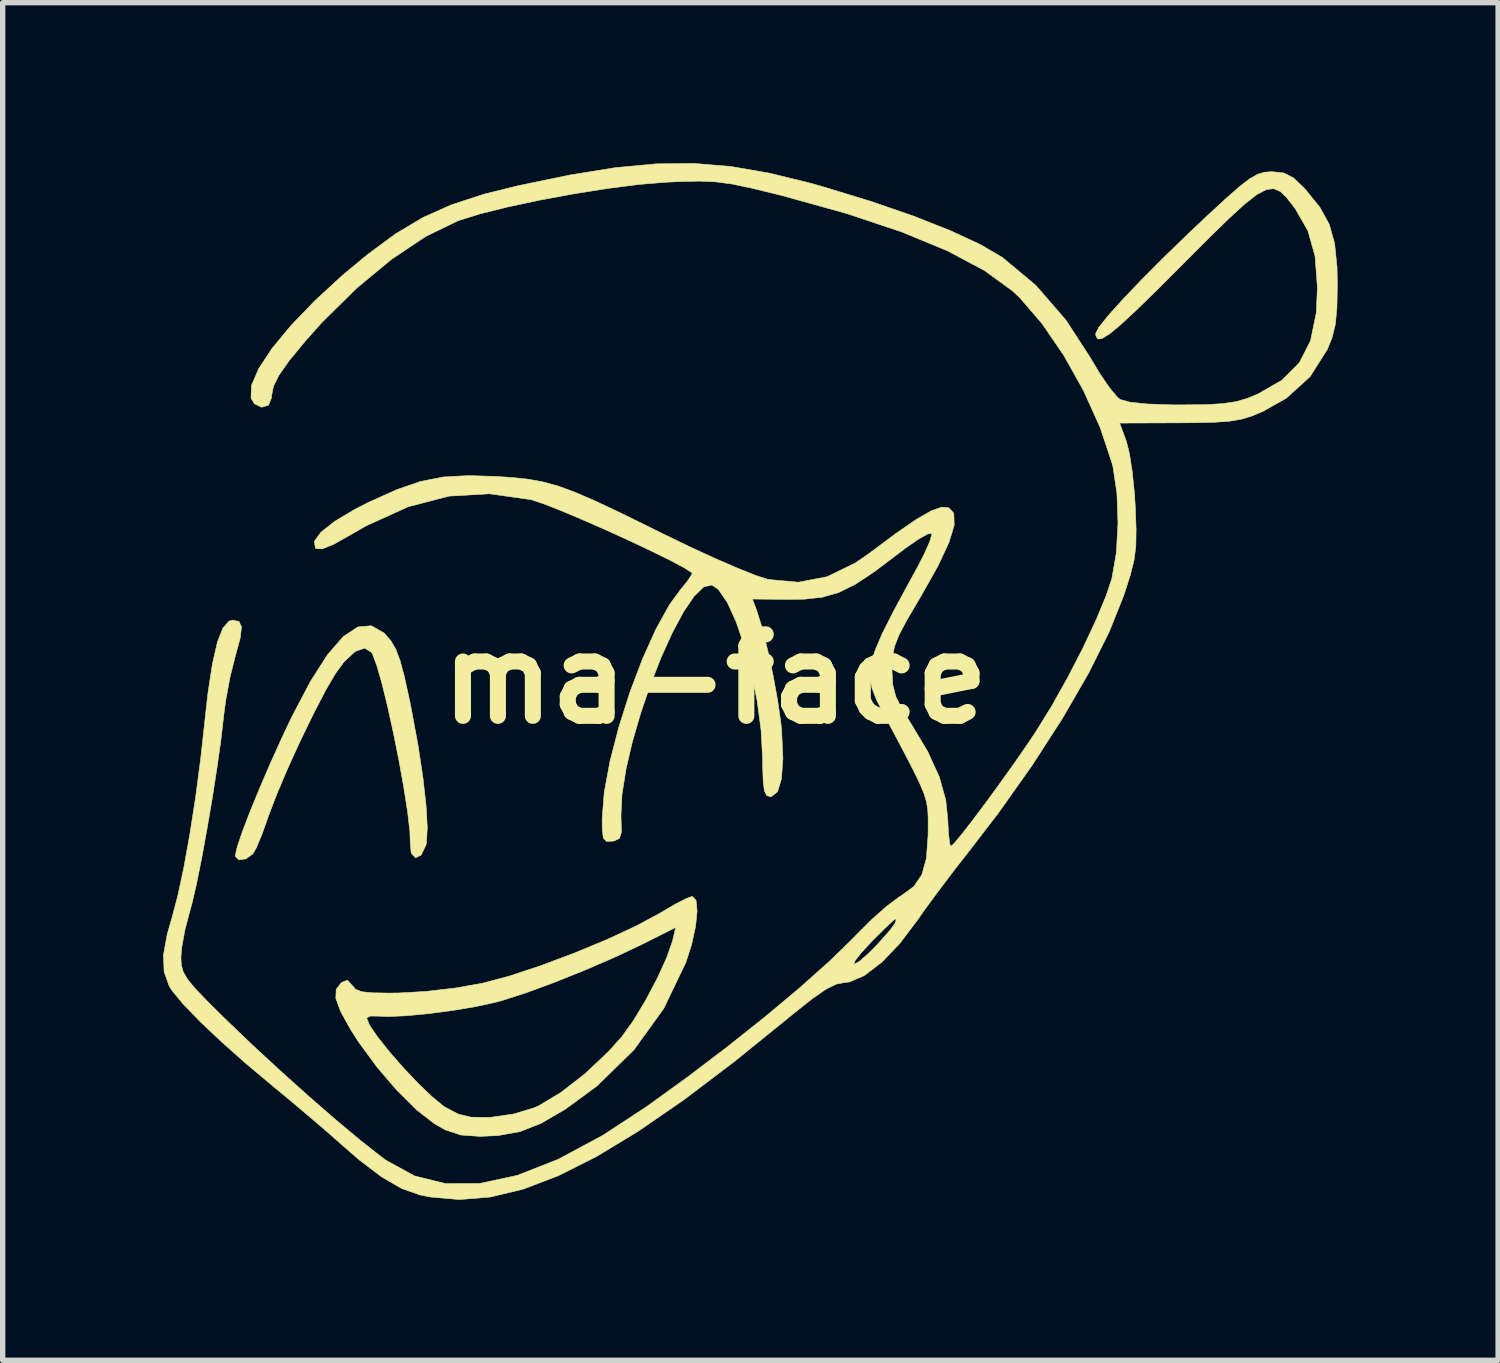
<source format=kicad_pcb>
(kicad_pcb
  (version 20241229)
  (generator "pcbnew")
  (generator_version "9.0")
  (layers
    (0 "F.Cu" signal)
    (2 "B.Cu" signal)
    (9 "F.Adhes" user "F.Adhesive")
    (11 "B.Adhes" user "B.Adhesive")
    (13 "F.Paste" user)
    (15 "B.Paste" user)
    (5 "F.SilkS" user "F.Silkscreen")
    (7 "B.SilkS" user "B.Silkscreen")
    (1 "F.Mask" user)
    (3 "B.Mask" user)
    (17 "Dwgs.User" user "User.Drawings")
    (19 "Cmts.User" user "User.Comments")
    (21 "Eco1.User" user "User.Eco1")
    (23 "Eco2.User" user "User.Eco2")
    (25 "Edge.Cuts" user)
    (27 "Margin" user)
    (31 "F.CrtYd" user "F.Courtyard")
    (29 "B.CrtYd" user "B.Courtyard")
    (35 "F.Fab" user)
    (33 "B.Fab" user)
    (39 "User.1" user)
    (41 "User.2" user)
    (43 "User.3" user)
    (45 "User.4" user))
  (footprint "ma-face"
    (layer "F.Cu")
    (at 10.322 9.643)
    (property "Reference" "ma-face" (at 0 0 0) (layer "F.SilkS") (effects (font (size 1.524 1.524) (thickness 0.3))))
    (attr through_hole)
    (fp_poly (pts (xy -6.197 -0.863) (xy -6.177 -0.843) (xy -6.065 -0.714) (xy -5.974 -0.559) (xy -5.893 -0.345) (xy -5.812 -0.042) (xy -5.719 0.383) (xy -5.675 0.603) (xy -5.555 1.252) (xy -5.465 1.849) (xy -5.407 2.366) (xy -5.384 2.778) (xy -5.399 3.058) (xy -5.408 3.102) (xy -5.5 3.293) (xy -5.606 3.344) (xy -5.685 3.255) (xy -5.701 3.09) (xy -5.71 2.843) (xy -5.753 2.479) (xy -5.823 2.031) (xy -5.912 1.535) (xy -6.014 1.025) (xy -6.121 0.536) (xy -6.227 0.101) (xy -6.325 -0.243) (xy -6.408 -0.464) (xy -6.425 -0.496) (xy -6.555 -0.577) (xy -6.734 -0.513) (xy -6.943 -0.318) (xy -7.102 -0.1) (xy -7.291 0.224) (xy -7.516 0.659) (xy -7.758 1.157) (xy -7.993 1.672) (xy -8.198 2.155) (xy -8.353 2.559) (xy -8.378 2.633) (xy -8.482 2.924) (xy -8.581 3.157) (xy -8.646 3.271) (xy -8.777 3.364) (xy -8.91 3.381) (xy -8.974 3.314) (xy -8.975 3.308) (xy -8.94 3.15) (xy -8.846 2.868) (xy -8.703 2.493) (xy -8.523 2.054) (xy -8.319 1.58) (xy -8.103 1.101) (xy -7.921 0.717) (xy -7.571 0.05) (xy -7.25 -0.452) (xy -6.954 -0.793) (xy -6.682 -0.973) (xy -6.43 -0.995) (xy -6.197 -0.863)) (stroke (width 0.01) (type solid)) (fill yes) (layer "F.SilkS"))
    (fp_poly (pts (xy -0.36 4.138) (xy -0.34 4.336) (xy -0.368 4.623) (xy -0.442 4.962) (xy -0.55 5.299) (xy -0.963 6.159) (xy -1.519 6.931) (xy -2.213 7.61) (xy -2.807 8.045) (xy -3.255 8.306) (xy -3.655 8.463) (xy -4.07 8.537) (xy -4.407 8.551) (xy -4.761 8.525) (xy -5.051 8.428) (xy -5.254 8.312) (xy -5.585 8.054) (xy -5.955 7.686) (xy -6.33 7.248) (xy -6.671 6.783) (xy -6.817 6.554) (xy -6.937 6.338) (xy -6.519 6.338) (xy -6.462 6.475) (xy -6.31 6.697) (xy -6.09 6.972) (xy -5.83 7.27) (xy -5.557 7.558) (xy -5.3 7.805) (xy -5.087 7.981) (xy -5.04 8.011) (xy -4.801 8.136) (xy -4.567 8.192) (xy -4.26 8.196) (xy -4.191 8.193) (xy -3.772 8.133) (xy -3.382 8.015) (xy -3.299 7.978) (xy -2.883 7.728) (xy -2.432 7.377) (xy -1.998 6.967) (xy -1.748 6.689) (xy -1.535 6.393) (xy -1.305 6.012) (xy -1.087 5.601) (xy -0.91 5.213) (xy -0.801 4.904) (xy -0.796 4.883) (xy -0.74 4.644) (xy -1.34 4.946) (xy -1.845 5.186) (xy -2.41 5.431) (xy -2.987 5.664) (xy -3.527 5.863) (xy -3.982 6.01) (xy -4.108 6.044) (xy -4.479 6.125) (xy -4.915 6.198) (xy -5.368 6.257) (xy -5.787 6.297) (xy -6.124 6.311) (xy -6.279 6.304) (xy -6.45 6.301) (xy -6.519 6.338) (xy -6.937 6.338) (xy -7.006 6.212) (xy -7.094 5.971) (xy -7.087 5.802) (xy -6.992 5.678) (xy -6.878 5.63) (xy -6.787 5.73) (xy -6.724 5.802) (xy -6.611 5.846) (xy -6.413 5.867) (xy -6.096 5.872) (xy -5.912 5.87) (xy -5.411 5.841) (xy -4.856 5.777) (xy -4.355 5.688) (xy -4.342 5.686) (xy -3.848 5.553) (xy -3.267 5.361) (xy -2.648 5.129) (xy -2.039 4.877) (xy -1.491 4.623) (xy -1.052 4.388) (xy -1.003 4.359) (xy -0.745 4.208) (xy -0.538 4.102) (xy -0.432 4.064) (xy -0.36 4.138)) (stroke (width 0.01) (type solid)) (fill yes) (layer "F.SilkS"))
    (fp_poly (pts (xy 0.295 -9.58) (xy 1.008 -9.457) (xy 1.774 -9.27) (xy 2.032 -9.197) (xy 2.917 -8.926) (xy 3.713 -8.651) (xy 4.401 -8.379) (xy 4.962 -8.118) (xy 5.367 -7.88) (xy 5.99 -7.361) (xy 6.557 -6.706) (xy 6.996 -6.03) (xy 7.187 -5.711) (xy 7.37 -5.443) (xy 7.518 -5.267) (xy 7.569 -5.225) (xy 7.748 -5.175) (xy 8.074 -5.141) (xy 8.524 -5.125) (xy 8.721 -5.124) (xy 9.171 -5.129) (xy 9.498 -5.148) (xy 9.747 -5.187) (xy 9.964 -5.252) (xy 10.139 -5.325) (xy 10.592 -5.585) (xy 10.918 -5.911) (xy 11.128 -6.325) (xy 11.236 -6.849) (xy 11.256 -7.324) (xy 11.212 -7.904) (xy 11.078 -8.38) (xy 10.839 -8.797) (xy 10.809 -8.837) (xy 10.679 -9.001) (xy 10.562 -9.113) (xy 10.442 -9.166) (xy 10.302 -9.15) (xy 10.125 -9.057) (xy 9.896 -8.878) (xy 9.597 -8.604) (xy 9.212 -8.228) (xy 8.732 -7.747) (xy 8.246 -7.26) (xy 7.864 -6.888) (xy 7.575 -6.621) (xy 7.367 -6.449) (xy 7.229 -6.364) (xy 7.149 -6.355) (xy 7.115 -6.415) (xy 7.112 -6.461) (xy 7.172 -6.576) (xy 7.342 -6.789) (xy 7.607 -7.084) (xy 7.951 -7.445) (xy 8.36 -7.856) (xy 8.818 -8.302) (xy 9.166 -8.631) (xy 9.528 -8.965) (xy 9.793 -9.199) (xy 9.988 -9.35) (xy 10.14 -9.436) (xy 10.272 -9.474) (xy 10.405 -9.483) (xy 10.627 -9.46) (xy 10.807 -9.369) (xy 11.01 -9.176) (xy 11.037 -9.146) (xy 11.302 -8.818) (xy 11.477 -8.5) (xy 11.578 -8.143) (xy 11.623 -7.697) (xy 11.629 -7.366) (xy 11.621 -6.938) (xy 11.591 -6.626) (xy 11.529 -6.376) (xy 11.443 -6.164) (xy 11.119 -5.652) (xy 10.675 -5.249) (xy 10.245 -5.007) (xy 10.035 -4.917) (xy 9.838 -4.857) (xy 9.613 -4.819) (xy 9.32 -4.798) (xy 8.918 -4.79) (xy 8.669 -4.788) (xy 7.558 -4.784) (xy 7.684 -4.445) (xy 7.742 -4.214) (xy 7.795 -3.87) (xy 7.836 -3.466) (xy 7.852 -3.217) (xy 7.867 -2.798) (xy 7.862 -2.485) (xy 7.828 -2.217) (xy 7.756 -1.934) (xy 7.64 -1.572) (xy 7.638 -1.566) (xy 7.365 -0.883) (xy 6.979 -0.11) (xy 6.495 0.728) (xy 5.927 1.609) (xy 5.289 2.51) (xy 4.754 3.206) (xy 4.462 3.58) (xy 4.173 3.962) (xy 3.923 4.302) (xy 3.775 4.513) (xy 3.447 4.947) (xy 3.11 5.297) (xy 2.787 5.544) (xy 2.505 5.665) (xy 2.422 5.674) (xy 2.266 5.703) (xy 2.071 5.798) (xy 1.812 5.978) (xy 1.461 6.256) (xy 1.397 6.309) (xy 0.358 7.151) (xy -0.585 7.865) (xy -1.442 8.456) (xy -2.223 8.929) (xy -2.938 9.288) (xy -3.596 9.539) (xy -4.208 9.685) (xy -4.783 9.732) (xy -5.331 9.684) (xy -5.524 9.645) (xy -5.864 9.525) (xy -6.235 9.31) (xy -6.663 8.985) (xy -6.985 8.705) (xy -7.272 8.452) (xy -7.636 8.141) (xy -8.021 7.817) (xy -8.255 7.624) (xy -8.773 7.19) (xy -9.241 6.773) (xy -9.641 6.395) (xy -9.952 6.072) (xy -10.157 5.823) (xy -10.209 5.74) (xy -10.304 5.473) (xy -10.317 5.162) (xy -10.245 4.768) (xy -10.16 4.474) (xy -10.05 4.061) (xy -9.934 3.519) (xy -9.82 2.884) (xy -9.713 2.196) (xy -9.621 1.494) (xy -9.564 0.977) (xy -9.485 0.265) (xy -9.4 -0.288) (xy -9.307 -0.691) (xy -9.205 -0.952) (xy -9.09 -1.082) (xy -9.019 -1.101) (xy -8.903 -1.073) (xy -8.858 -0.972) (xy -8.88 -0.77) (xy -8.97 -0.439) (xy -8.972 -0.432) (xy -9.07 -0.042) (xy -9.152 0.397) (xy -9.187 0.661) (xy -9.238 1.108) (xy -9.312 1.638) (xy -9.401 2.212) (xy -9.5 2.792) (xy -9.6 3.341) (xy -9.696 3.821) (xy -9.782 4.193) (xy -9.825 4.348) (xy -9.914 4.686) (xy -9.974 5.015) (xy -9.99 5.205) (xy -9.982 5.349) (xy -9.946 5.478) (xy -9.863 5.619) (xy -9.712 5.799) (xy -9.476 6.045) (xy -9.165 6.352) (xy -8.671 6.826) (xy -8.139 7.318) (xy -7.6 7.802) (xy -7.084 8.25) (xy -6.619 8.638) (xy -6.237 8.938) (xy -6.151 9.001) (xy -5.623 9.29) (xy -5.042 9.434) (xy -4.403 9.431) (xy -3.703 9.28) (xy -2.938 8.98) (xy -2.104 8.532) (xy -1.28 7.992) (xy -0.523 7.445) (xy 0.221 6.88) (xy 0.929 6.317) (xy 1.574 5.777) (xy 2.072 5.333) (xy 2.591 5.333) (xy 2.596 5.334) (xy 2.698 5.276) (xy 2.87 5.125) (xy 3.037 4.955) (xy 3.262 4.702) (xy 3.372 4.551) (xy 3.378 4.49) (xy 3.362 4.487) (xy 3.296 4.543) (xy 3.143 4.689) (xy 2.936 4.895) (xy 2.921 4.911) (xy 2.73 5.117) (xy 2.612 5.268) (xy 2.591 5.333) (xy 2.072 5.333) (xy 2.131 5.281) (xy 2.575 4.849) (xy 2.647 4.773) (xy 2.923 4.498) (xy 3.202 4.251) (xy 3.434 4.077) (xy 3.478 4.05) (xy 3.711 3.88) (xy 3.862 3.659) (xy 3.947 3.351) (xy 3.978 2.923) (xy 3.979 2.792) (xy 3.979 2.601) (xy 3.972 2.444) (xy 3.949 2.298) (xy 3.899 2.136) (xy 3.813 1.932) (xy 3.681 1.663) (xy 3.493 1.302) (xy 3.239 0.824) (xy 3.144 0.644) (xy 3.016 0.393) (xy 2.93 0.175) (xy 2.891 -0.032) (xy 2.906 -0.255) (xy 2.979 -0.515) (xy 3.117 -0.84) (xy 3.324 -1.251) (xy 3.607 -1.775) (xy 3.761 -2.055) (xy 3.908 -2.339) (xy 4.01 -2.57) (xy 4.048 -2.707) (xy 4.047 -2.719) (xy 3.972 -2.711) (xy 3.798 -2.614) (xy 3.555 -2.446) (xy 3.419 -2.342) (xy 2.975 -2.006) (xy 2.617 -1.77) (xy 2.306 -1.616) (xy 2.004 -1.529) (xy 1.67 -1.492) (xy 1.384 -1.488) (xy 0.693 -1.494) (xy 0.775 -1.278) (xy 0.873 -0.965) (xy 0.979 -0.54) (xy 1.082 -0.059) (xy 1.169 0.423) (xy 1.229 0.849) (xy 1.241 0.975) (xy 1.264 1.483) (xy 1.237 1.865) (xy 1.164 2.108) (xy 1.045 2.201) (xy 1.033 2.201) (xy 0.963 2.18) (xy 0.919 2.096) (xy 0.895 1.916) (xy 0.885 1.611) (xy 0.883 1.46) (xy 0.855 0.951) (xy 0.783 0.413) (xy 0.675 -0.122) (xy 0.54 -0.628) (xy 0.387 -1.074) (xy 0.224 -1.431) (xy 0.06 -1.671) (xy -0.062 -1.757) (xy -0.215 -1.723) (xy -0.396 -1.547) (xy -0.595 -1.253) (xy -0.804 -0.863) (xy -1.013 -0.402) (xy -1.213 0.107) (xy -1.395 0.641) (xy -1.551 1.177) (xy -1.67 1.69) (xy -1.744 2.158) (xy -1.764 2.558) (xy -1.761 2.625) (xy -1.755 2.862) (xy -1.791 2.98) (xy -1.89 3.027) (xy -1.926 3.033) (xy -2.037 3.035) (xy -2.093 2.974) (xy -2.113 2.811) (xy -2.115 2.609) (xy -2.076 2.117) (xy -1.968 1.535) (xy -1.804 0.902) (xy -1.599 0.255) (xy -1.363 -0.368) (xy -1.111 -0.929) (xy -0.856 -1.389) (xy -0.656 -1.663) (xy -0.511 -1.841) (xy -0.436 -1.96) (xy -0.433 -1.983) (xy -0.573 -2.074) (xy -0.836 -2.215) (xy -1.192 -2.39) (xy -1.606 -2.586) (xy -2.048 -2.787) (xy -2.483 -2.978) (xy -2.881 -3.146) (xy -3.207 -3.274) (xy -3.431 -3.349) (xy -3.453 -3.354) (xy -4.221 -3.462) (xy -4.979 -3.418) (xy -5.742 -3.219) (xy -6.529 -2.862) (xy -6.809 -2.701) (xy -7.135 -2.517) (xy -7.346 -2.432) (xy -7.463 -2.436) (xy -7.475 -2.446) (xy -7.497 -2.572) (xy -7.373 -2.742) (xy -7.116 -2.946) (xy -6.741 -3.17) (xy -6.477 -3.305) (xy -5.954 -3.54) (xy -5.51 -3.693) (xy -5.085 -3.776) (xy -4.617 -3.802) (xy -4.121 -3.787) (xy -3.78 -3.765) (xy -3.487 -3.733) (xy -3.215 -3.683) (xy -2.936 -3.606) (xy -2.624 -3.491) (xy -2.252 -3.331) (xy -1.794 -3.115) (xy -1.221 -2.834) (xy -0.973 -2.711) (xy -0.475 -2.47) (xy 0.001 -2.251) (xy 0.424 -2.068) (xy 0.763 -1.933) (xy 0.985 -1.862) (xy 0.993 -1.86) (xy 1.554 -1.809) (xy 2.089 -1.911) (xy 2.621 -2.17) (xy 2.887 -2.355) (xy 3.376 -2.72) (xy 3.754 -2.98) (xy 4.034 -3.142) (xy 4.233 -3.213) (xy 4.366 -3.201) (xy 4.447 -3.112) (xy 4.459 -3.084) (xy 4.466 -2.873) (xy 4.367 -2.549) (xy 4.16 -2.107) (xy 3.842 -1.543) (xy 3.797 -1.467) (xy 3.577 -1.093) (xy 3.433 -0.82) (xy 3.35 -0.607) (xy 3.312 -0.411) (xy 3.302 -0.192) (xy 3.302 -0.18) (xy 3.316 0.098) (xy 3.375 0.33) (xy 3.5 0.581) (xy 3.636 0.798) (xy 3.968 1.351) (xy 4.187 1.828) (xy 4.309 2.266) (xy 4.346 2.631) (xy 4.36 2.896) (xy 4.382 3.078) (xy 4.403 3.131) (xy 4.473 3.065) (xy 4.621 2.886) (xy 4.827 2.62) (xy 5.072 2.293) (xy 5.335 1.932) (xy 5.598 1.563) (xy 5.841 1.212) (xy 5.995 0.982) (xy 6.291 0.503) (xy 6.59 -0.031) (xy 6.873 -0.58) (xy 7.119 -1.104) (xy 7.309 -1.563) (xy 7.413 -1.876) (xy 7.497 -2.354) (xy 7.528 -2.911) (xy 7.508 -3.473) (xy 7.435 -3.962) (xy 7.419 -4.027) (xy 7.196 -4.698) (xy 6.886 -5.386) (xy 6.515 -6.049) (xy 6.108 -6.644) (xy 5.69 -7.129) (xy 5.552 -7.258) (xy 5.033 -7.635) (xy 4.346 -8.001) (xy 3.491 -8.355) (xy 2.469 -8.697) (xy 1.28 -9.028) (xy 1.131 -9.066) (xy 0.667 -9.179) (xy 0.311 -9.253) (xy 0.01 -9.293) (xy -0.293 -9.307) (xy -0.651 -9.299) (xy -0.928 -9.286) (xy -1.425 -9.245) (xy -2.01 -9.17) (xy -2.642 -9.07) (xy -3.278 -8.952) (xy -3.876 -8.825) (xy -4.394 -8.696) (xy -4.789 -8.573) (xy -4.818 -8.562) (xy -5.415 -8.272) (xy -6.054 -7.845) (xy -6.709 -7.302) (xy -7.356 -6.663) (xy -7.673 -6.307) (xy -7.966 -5.951) (xy -8.155 -5.683) (xy -8.26 -5.472) (xy -8.296 -5.289) (xy -8.297 -5.255) (xy -8.354 -5.117) (xy -8.482 -5.08) (xy -8.617 -5.146) (xy -8.679 -5.252) (xy -8.671 -5.486) (xy -8.536 -5.801) (xy -8.286 -6.179) (xy -7.933 -6.607) (xy -7.49 -7.067) (xy -6.971 -7.545) (xy -6.501 -7.935) (xy -5.975 -8.323) (xy -5.467 -8.626) (xy -4.93 -8.866) (xy -4.314 -9.066) (xy -3.683 -9.222) (xy -2.715 -9.422) (xy -1.868 -9.559) (xy -1.107 -9.63) (xy -0.398 -9.638) (xy 0.295 -9.58)) (stroke (width 0.01) (type solid)) (fill yes) (layer "F.SilkS")))
  (gr_rect
    (start -3 -3)
    (end 24.956 22.38)
    (stroke (width 0.1) (type default))
    (fill no)
    (layer "Edge.Cuts")))
</source>
